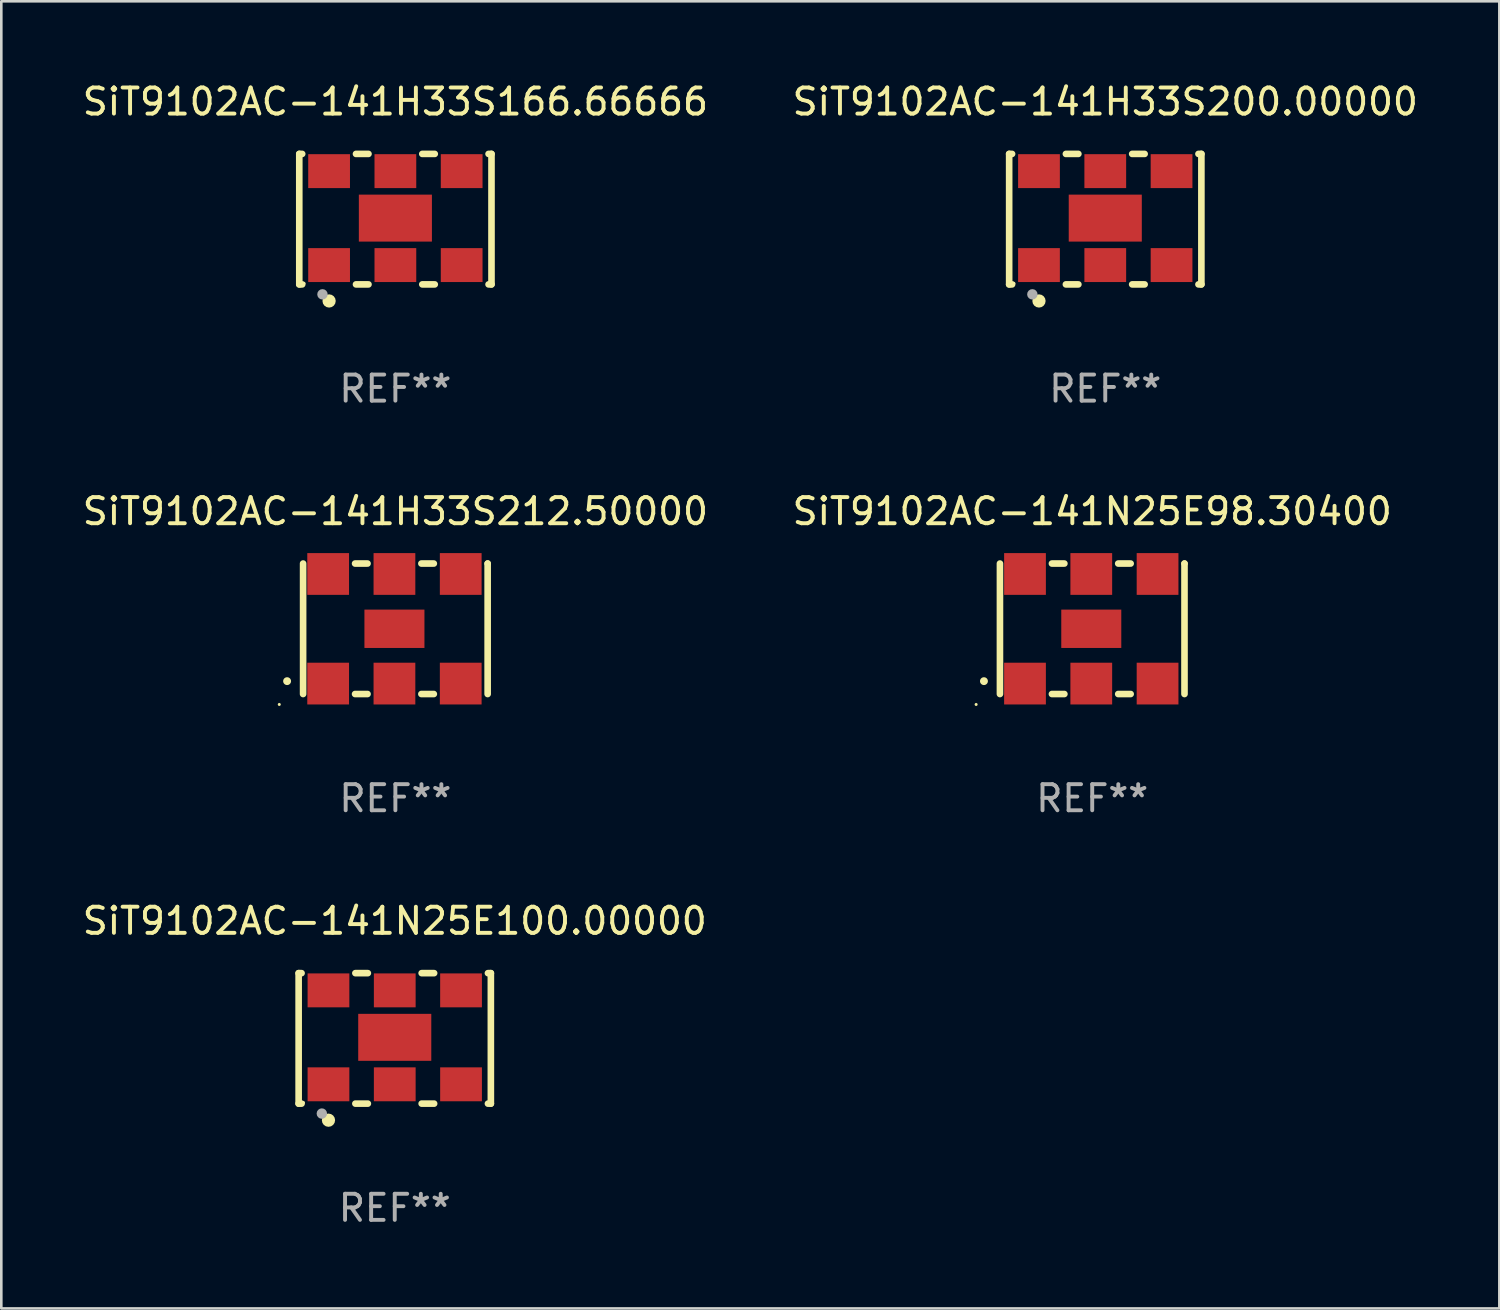
<source format=kicad_pcb>
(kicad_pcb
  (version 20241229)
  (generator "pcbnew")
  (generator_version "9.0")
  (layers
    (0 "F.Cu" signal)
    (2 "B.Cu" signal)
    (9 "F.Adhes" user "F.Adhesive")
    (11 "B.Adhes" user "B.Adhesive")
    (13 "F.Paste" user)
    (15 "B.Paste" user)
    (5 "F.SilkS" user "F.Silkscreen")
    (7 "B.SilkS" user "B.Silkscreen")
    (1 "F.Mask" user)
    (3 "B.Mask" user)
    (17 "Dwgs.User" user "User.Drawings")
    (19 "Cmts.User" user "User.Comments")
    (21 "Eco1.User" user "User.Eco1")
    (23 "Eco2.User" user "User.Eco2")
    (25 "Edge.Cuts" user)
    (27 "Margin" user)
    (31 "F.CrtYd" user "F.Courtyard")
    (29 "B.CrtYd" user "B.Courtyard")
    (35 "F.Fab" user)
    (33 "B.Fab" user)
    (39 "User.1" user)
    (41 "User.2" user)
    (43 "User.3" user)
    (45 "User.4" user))
  (footprint "SiT9102AC-141H33S200.00000"
    (layer "F.Cu")
    (at 39.304 5.348)
    (property "Reference" "SiT9102AC-141H33S200.00000" (at 0 -4.5 0) (layer "F.SilkS") (effects (font (size 1 1) (thickness 0.15))))
    (attr through_hole)
    (fp_line (start -3.683 -2.5) (end -3.571 -2.5) (stroke (width 0.254) (type solid)) (layer "F.SilkS"))
    (fp_line (start -3.683 2.5) (end -3.683 -2.5) (stroke (width 0.254) (type solid)) (layer "F.SilkS"))
    (fp_line (start -3.683 2.5) (end -3.571 2.5) (stroke (width 0.254) (type solid)) (layer "F.SilkS"))
    (fp_line (start -1.509 -2.5) (end -1.031 -2.5) (stroke (width 0.254) (type solid)) (layer "F.SilkS"))
    (fp_line (start -1.509 2.5) (end -1.031 2.5) (stroke (width 0.254) (type solid)) (layer "F.SilkS"))
    (fp_line (start 1.031 -2.5) (end 1.509 -2.5) (stroke (width 0.254) (type solid)) (layer "F.SilkS"))
    (fp_line (start 1.031 2.5) (end 1.509 2.5) (stroke (width 0.254) (type solid)) (layer "F.SilkS"))
    (fp_line (start 3.571 -2.5) (end 3.683 -2.5) (stroke (width 0.254) (type solid)) (layer "F.SilkS"))
    (fp_line (start 3.571 2.5) (end 3.683 2.5) (stroke (width 0.254) (type solid)) (layer "F.SilkS"))
    (fp_line (start 3.683 2.5) (end 3.683 -2.5) (stroke (width 0.254) (type solid)) (layer "F.SilkS"))
    (fp_circle (center -3.5 2.46) (end -3.47 2.46) (stroke (width 0.06) (type solid)) (fill no) (layer "F.SilkS"))
    (fp_circle (center -2.54 3.135) (end -2.413 3.135) (stroke (width 0.254) (type solid)) (fill no) (layer "F.SilkS"))
    (fp_circle (center -2.794 2.881) (end -2.694 2.881) (stroke (width 0.2) (type solid)) (fill no) (layer "F.Fab"))
    (fp_text user "REF**" (at 0 6.5 0) (layer "F.Fab") (effects (font (size 1 1) (thickness 0.15))))
    (pad "1" smd rect (at -2.54 1.76) (size 1.6 1.3) (layers "F.Cu" "F.Mask" "F.Paste"))
    (pad "2" smd rect (at 0 1.76) (size 1.6 1.3) (layers "F.Cu" "F.Mask" "F.Paste"))
    (pad "3" smd rect (at 2.54 1.76) (size 1.6 1.3) (layers "F.Cu" "F.Mask" "F.Paste"))
    (pad "4" smd rect (at 2.54 -1.84) (size 1.6 1.3) (layers "F.Cu" "F.Mask" "F.Paste"))
    (pad "5" smd rect (at 0 -1.84) (size 1.6 1.3) (layers "F.Cu" "F.Mask" "F.Paste"))
    (pad "6" smd rect (at -2.54 -1.84) (size 1.6 1.3) (layers "F.Cu" "F.Mask" "F.Paste"))
    (pad "7" smd rect (at 0 -0.04) (size 2.8 1.8) (layers "F.Cu" "F.Mask" "F.Paste")))
  (footprint "SiT9102AC-141N25E100.00000"
    (layer "F.Cu")
    (at 12.077 36.741)
    (property "Reference" "SiT9102AC-141N25E100.00000" (at 0 -4.5 0) (layer "F.SilkS") (effects (font (size 1 1) (thickness 0.15))))
    (attr through_hole)
    (fp_line (start -3.683 -2.5) (end -3.571 -2.5) (stroke (width 0.254) (type solid)) (layer "F.SilkS"))
    (fp_line (start -3.683 2.5) (end -3.683 -2.5) (stroke (width 0.254) (type solid)) (layer "F.SilkS"))
    (fp_line (start -3.683 2.5) (end -3.571 2.5) (stroke (width 0.254) (type solid)) (layer "F.SilkS"))
    (fp_line (start -1.509 -2.5) (end -1.031 -2.5) (stroke (width 0.254) (type solid)) (layer "F.SilkS"))
    (fp_line (start -1.509 2.5) (end -1.031 2.5) (stroke (width 0.254) (type solid)) (layer "F.SilkS"))
    (fp_line (start 1.031 -2.5) (end 1.509 -2.5) (stroke (width 0.254) (type solid)) (layer "F.SilkS"))
    (fp_line (start 1.031 2.5) (end 1.509 2.5) (stroke (width 0.254) (type solid)) (layer "F.SilkS"))
    (fp_line (start 3.571 -2.5) (end 3.683 -2.5) (stroke (width 0.254) (type solid)) (layer "F.SilkS"))
    (fp_line (start 3.571 2.5) (end 3.683 2.5) (stroke (width 0.254) (type solid)) (layer "F.SilkS"))
    (fp_line (start 3.683 2.5) (end 3.683 -2.5) (stroke (width 0.254) (type solid)) (layer "F.SilkS"))
    (fp_circle (center -3.5 2.46) (end -3.47 2.46) (stroke (width 0.06) (type solid)) (fill no) (layer "F.SilkS"))
    (fp_circle (center -2.54 3.135) (end -2.413 3.135) (stroke (width 0.254) (type solid)) (fill no) (layer "F.SilkS"))
    (fp_circle (center -2.794 2.881) (end -2.694 2.881) (stroke (width 0.2) (type solid)) (fill no) (layer "F.Fab"))
    (fp_text user "REF**" (at 0 6.5 0) (layer "F.Fab") (effects (font (size 1 1) (thickness 0.15))))
    (pad "1" smd rect (at -2.54 1.76) (size 1.6 1.3) (layers "F.Cu" "F.Mask" "F.Paste"))
    (pad "2" smd rect (at 0 1.76) (size 1.6 1.3) (layers "F.Cu" "F.Mask" "F.Paste"))
    (pad "3" smd rect (at 2.54 1.76) (size 1.6 1.3) (layers "F.Cu" "F.Mask" "F.Paste"))
    (pad "4" smd rect (at 2.54 -1.84) (size 1.6 1.3) (layers "F.Cu" "F.Mask" "F.Paste"))
    (pad "5" smd rect (at 0 -1.84) (size 1.6 1.3) (layers "F.Cu" "F.Mask" "F.Paste"))
    (pad "6" smd rect (at -2.54 -1.84) (size 1.6 1.3) (layers "F.Cu" "F.Mask" "F.Paste"))
    (pad "7" smd rect (at 0 -0.04) (size 2.8 1.8) (layers "F.Cu" "F.Mask" "F.Paste")))
  (footprint "SiT9102AC-141H33S166.66666"
    (layer "F.Cu")
    (at 12.101 5.348)
    (property "Reference" "SiT9102AC-141H33S166.66666" (at 0 -4.5 0) (layer "F.SilkS") (effects (font (size 1 1) (thickness 0.15))))
    (attr through_hole)
    (fp_line (start -3.683 -2.5) (end -3.571 -2.5) (stroke (width 0.254) (type solid)) (layer "F.SilkS"))
    (fp_line (start -3.683 2.5) (end -3.683 -2.5) (stroke (width 0.254) (type solid)) (layer "F.SilkS"))
    (fp_line (start -3.683 2.5) (end -3.571 2.5) (stroke (width 0.254) (type solid)) (layer "F.SilkS"))
    (fp_line (start -1.509 -2.5) (end -1.031 -2.5) (stroke (width 0.254) (type solid)) (layer "F.SilkS"))
    (fp_line (start -1.509 2.5) (end -1.031 2.5) (stroke (width 0.254) (type solid)) (layer "F.SilkS"))
    (fp_line (start 1.031 -2.5) (end 1.509 -2.5) (stroke (width 0.254) (type solid)) (layer "F.SilkS"))
    (fp_line (start 1.031 2.5) (end 1.509 2.5) (stroke (width 0.254) (type solid)) (layer "F.SilkS"))
    (fp_line (start 3.571 -2.5) (end 3.683 -2.5) (stroke (width 0.254) (type solid)) (layer "F.SilkS"))
    (fp_line (start 3.571 2.5) (end 3.683 2.5) (stroke (width 0.254) (type solid)) (layer "F.SilkS"))
    (fp_line (start 3.683 2.5) (end 3.683 -2.5) (stroke (width 0.254) (type solid)) (layer "F.SilkS"))
    (fp_circle (center -3.5 2.46) (end -3.47 2.46) (stroke (width 0.06) (type solid)) (fill no) (layer "F.SilkS"))
    (fp_circle (center -2.54 3.135) (end -2.413 3.135) (stroke (width 0.254) (type solid)) (fill no) (layer "F.SilkS"))
    (fp_circle (center -2.794 2.881) (end -2.694 2.881) (stroke (width 0.2) (type solid)) (fill no) (layer "F.Fab"))
    (fp_text user "REF**" (at 0 6.5 0) (layer "F.Fab") (effects (font (size 1 1) (thickness 0.15))))
    (pad "1" smd rect (at -2.54 1.76) (size 1.6 1.3) (layers "F.Cu" "F.Mask" "F.Paste"))
    (pad "2" smd rect (at 0 1.76) (size 1.6 1.3) (layers "F.Cu" "F.Mask" "F.Paste"))
    (pad "3" smd rect (at 2.54 1.76) (size 1.6 1.3) (layers "F.Cu" "F.Mask" "F.Paste"))
    (pad "4" smd rect (at 2.54 -1.84) (size 1.6 1.3) (layers "F.Cu" "F.Mask" "F.Paste"))
    (pad "5" smd rect (at 0 -1.84) (size 1.6 1.3) (layers "F.Cu" "F.Mask" "F.Paste"))
    (pad "6" smd rect (at -2.54 -1.84) (size 1.6 1.3) (layers "F.Cu" "F.Mask" "F.Paste"))
    (pad "7" smd rect (at 0 -0.04) (size 2.8 1.8) (layers "F.Cu" "F.Mask" "F.Paste")))
  (footprint "SiT9102AC-141N25E98.30400"
    (layer "F.Cu")
    (at 38.804 21.045)
    (property "Reference" "SiT9102AC-141N25E98.30400" (at 0 -4.5 0) (layer "F.SilkS") (effects (font (size 1 1) (thickness 0.15))))
    (attr through_hole)
    (fp_line (start -3.536 -2.5) (end -3.536 2.5) (stroke (width 0.254) (type solid)) (layer "F.SilkS"))
    (fp_line (start -1.544 2.5) (end -1.067 2.5) (stroke (width 0.254) (type solid)) (layer "F.SilkS"))
    (fp_line (start -1.067 -2.5) (end -1.544 -2.5) (stroke (width 0.254) (type solid)) (layer "F.SilkS"))
    (fp_line (start 0.996 2.5) (end 1.473 2.5) (stroke (width 0.254) (type solid)) (layer "F.SilkS"))
    (fp_line (start 1.473 -2.5) (end 0.996 -2.5) (stroke (width 0.254) (type solid)) (layer "F.SilkS"))
    (fp_line (start 3.536 -2.5) (end 3.536 -2.5) (stroke (width 0.254) (type solid)) (layer "F.SilkS"))
    (fp_line (start 3.536 2.5) (end 3.536 -2.5) (stroke (width 0.254) (type solid)) (layer "F.SilkS"))
    (fp_arc (start -4.150432 2.006604) (mid -4.149162 2.006599) (end -4.147892 2.006604) (stroke (width 0.3) (type solid)) (layer "F.SilkS"))
    (fp_circle (center -4.449 2.9) (end -4.419 2.9) (stroke (width 0.06) (type solid)) (fill no) (layer "F.SilkS"))
    (fp_text user "REF**" (at 0 6.5 0) (layer "F.Fab") (effects (font (size 1 1) (thickness 0.15))))
    (pad "1" smd rect (at -2.576 2.1) (size 1.6 1.6) (layers "F.Cu" "F.Mask" "F.Paste"))
    (pad "2" smd rect (at -0.036 2.1) (size 1.6 1.6) (layers "F.Cu" "F.Mask" "F.Paste"))
    (pad "3" smd rect (at 2.504 2.1) (size 1.6 1.6) (layers "F.Cu" "F.Mask" "F.Paste"))
    (pad "4" smd rect (at 2.504 -2.1) (size 1.6 1.6) (layers "F.Cu" "F.Mask" "F.Paste"))
    (pad "5" smd rect (at -0.036 -2.1) (size 1.6 1.6) (layers "F.Cu" "F.Mask" "F.Paste"))
    (pad "6" smd rect (at -2.576 -2.1) (size 1.6 1.6) (layers "F.Cu" "F.Mask" "F.Paste"))
    (pad "7" smd rect (at -0.036 0) (size 2.3 1.47) (layers "F.Cu" "F.Mask" "F.Paste")))
  (footprint "SiT9102AC-141H33S212.50000"
    (layer "F.Cu")
    (at 12.101 21.045)
    (property "Reference" "SiT9102AC-141H33S212.50000" (at 0 -4.5 0) (layer "F.SilkS") (effects (font (size 1 1) (thickness 0.15))))
    (attr through_hole)
    (fp_line (start -3.536 -2.5) (end -3.536 2.5) (stroke (width 0.254) (type solid)) (layer "F.SilkS"))
    (fp_line (start -1.544 2.5) (end -1.067 2.5) (stroke (width 0.254) (type solid)) (layer "F.SilkS"))
    (fp_line (start -1.067 -2.5) (end -1.544 -2.5) (stroke (width 0.254) (type solid)) (layer "F.SilkS"))
    (fp_line (start 0.996 2.5) (end 1.473 2.5) (stroke (width 0.254) (type solid)) (layer "F.SilkS"))
    (fp_line (start 1.473 -2.5) (end 0.996 -2.5) (stroke (width 0.254) (type solid)) (layer "F.SilkS"))
    (fp_line (start 3.536 -2.5) (end 3.536 -2.5) (stroke (width 0.254) (type solid)) (layer "F.SilkS"))
    (fp_line (start 3.536 2.5) (end 3.536 -2.5) (stroke (width 0.254) (type solid)) (layer "F.SilkS"))
    (fp_arc (start -4.150432 2.006604) (mid -4.149162 2.006599) (end -4.147892 2.006604) (stroke (width 0.3) (type solid)) (layer "F.SilkS"))
    (fp_circle (center -4.449 2.9) (end -4.419 2.9) (stroke (width 0.06) (type solid)) (fill no) (layer "F.SilkS"))
    (fp_text user "REF**" (at 0 6.5 0) (layer "F.Fab") (effects (font (size 1 1) (thickness 0.15))))
    (pad "1" smd rect (at -2.576 2.1) (size 1.6 1.6) (layers "F.Cu" "F.Mask" "F.Paste"))
    (pad "2" smd rect (at -0.036 2.1) (size 1.6 1.6) (layers "F.Cu" "F.Mask" "F.Paste"))
    (pad "3" smd rect (at 2.504 2.1) (size 1.6 1.6) (layers "F.Cu" "F.Mask" "F.Paste"))
    (pad "4" smd rect (at 2.504 -2.1) (size 1.6 1.6) (layers "F.Cu" "F.Mask" "F.Paste"))
    (pad "5" smd rect (at -0.036 -2.1) (size 1.6 1.6) (layers "F.Cu" "F.Mask" "F.Paste"))
    (pad "6" smd rect (at -2.576 -2.1) (size 1.6 1.6) (layers "F.Cu" "F.Mask" "F.Paste"))
    (pad "7" smd rect (at -0.036 0) (size 2.3 1.47) (layers "F.Cu" "F.Mask" "F.Paste")))
  (gr_rect
    (start -3 -3)
    (end 54.405 47.09)
    (stroke (width 0.1) (type default))
    (fill no)
    (layer "Edge.Cuts")))
</source>
